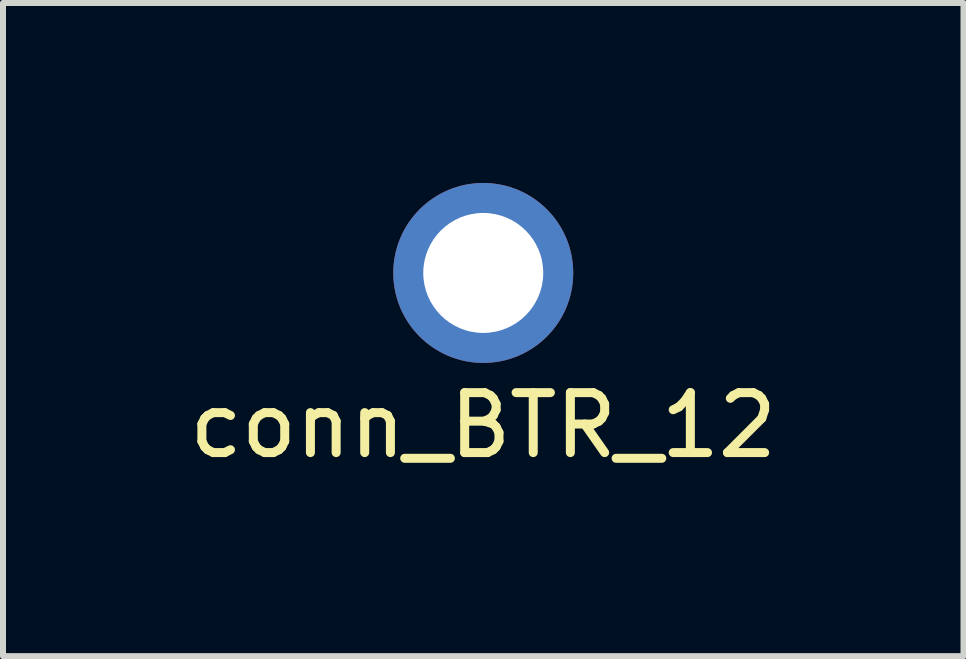
<source format=kicad_pcb>
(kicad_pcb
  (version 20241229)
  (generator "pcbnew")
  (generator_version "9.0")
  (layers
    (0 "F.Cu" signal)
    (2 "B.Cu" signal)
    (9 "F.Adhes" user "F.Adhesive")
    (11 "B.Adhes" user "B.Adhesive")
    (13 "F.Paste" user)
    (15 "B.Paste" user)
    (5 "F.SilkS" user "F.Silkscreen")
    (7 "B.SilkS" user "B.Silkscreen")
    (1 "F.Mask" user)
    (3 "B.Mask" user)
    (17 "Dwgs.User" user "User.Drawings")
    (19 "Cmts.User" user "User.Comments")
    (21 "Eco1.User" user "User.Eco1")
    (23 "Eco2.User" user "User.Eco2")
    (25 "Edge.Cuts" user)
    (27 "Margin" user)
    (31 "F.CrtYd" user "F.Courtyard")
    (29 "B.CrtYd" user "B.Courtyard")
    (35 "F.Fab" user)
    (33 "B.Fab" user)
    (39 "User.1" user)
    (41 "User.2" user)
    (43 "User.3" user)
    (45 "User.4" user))
  (footprint "conn_BTR_12"
    (layer "F.Cu")
    (at 5.006 1.5)
    (property "Reference" "conn_BTR_12" (at 0 2.54 0) (layer "F.SilkS") (effects (font (size 1 1) (thickness 0.15))))
    (attr through_hole)
    (pad "1" thru_hole circle (at 0 0) (size 3 3) (drill 2) (layers "*.Cu" "*.Mask")))
  (gr_rect
    (start -3 -3)
    (end 13.012 7.888)
    (stroke (width 0.1) (type default))
    (fill no)
    (layer "Edge.Cuts")))
</source>
